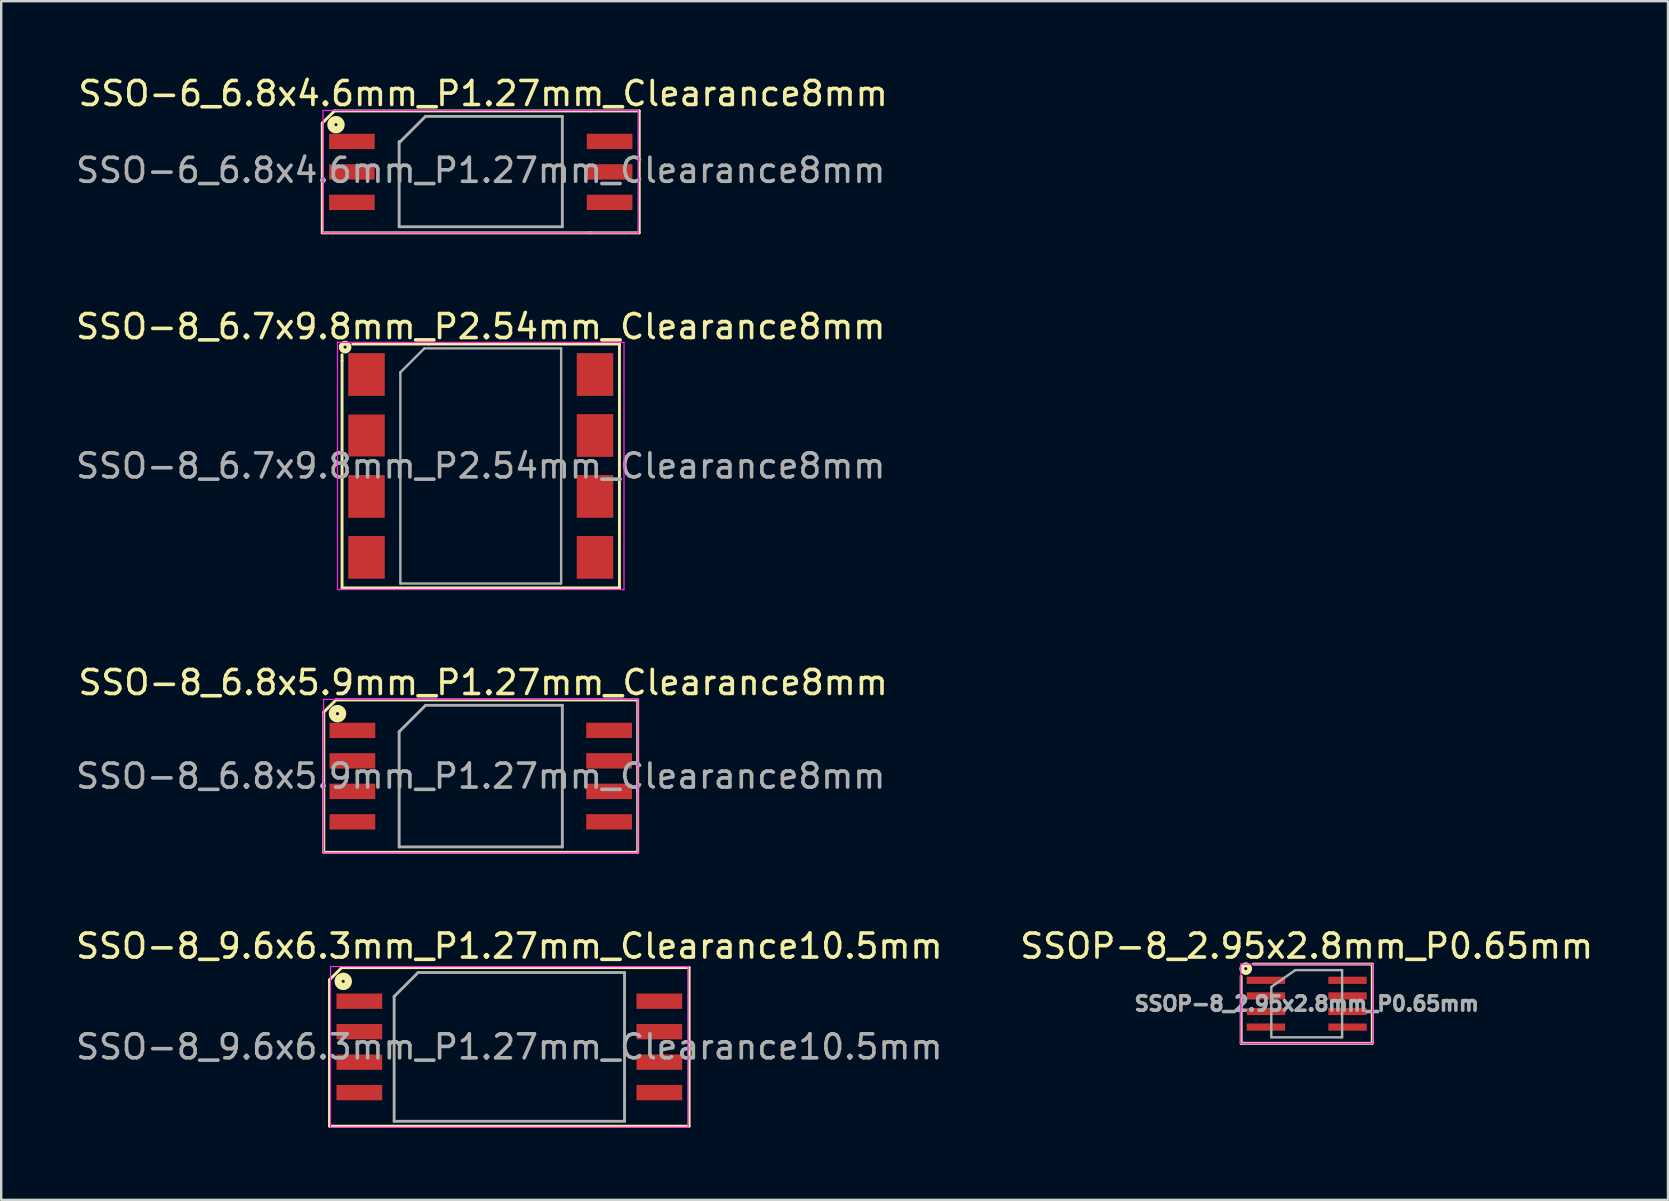
<source format=kicad_pcb>
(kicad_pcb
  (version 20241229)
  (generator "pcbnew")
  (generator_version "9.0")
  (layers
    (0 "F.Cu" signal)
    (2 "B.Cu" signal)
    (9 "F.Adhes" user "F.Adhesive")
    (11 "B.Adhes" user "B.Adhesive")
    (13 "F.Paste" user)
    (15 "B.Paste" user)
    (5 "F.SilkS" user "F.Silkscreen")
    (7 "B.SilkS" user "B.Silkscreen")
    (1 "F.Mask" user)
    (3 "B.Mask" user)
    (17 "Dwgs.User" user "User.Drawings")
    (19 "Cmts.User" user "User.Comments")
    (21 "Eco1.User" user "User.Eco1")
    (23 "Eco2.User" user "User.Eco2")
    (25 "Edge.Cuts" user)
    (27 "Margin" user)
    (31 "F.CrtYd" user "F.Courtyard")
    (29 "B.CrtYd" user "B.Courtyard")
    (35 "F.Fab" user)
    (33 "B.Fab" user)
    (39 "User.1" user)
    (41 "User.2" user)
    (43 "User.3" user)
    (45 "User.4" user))
  (footprint "SSO-8_6.8x5.9mm_P1.27mm_Clearance8mm"
    (layer "F.Cu")
    (at 16.982 29.29)
    (property "Reference" "SSO-8_6.8x5.9mm_P1.27mm_Clearance8mm" (at 0.1 -3.9 0) (layer "F.SilkS") (effects (font (size 1 1) (thickness 0.15))))
    (attr smd)
    (fp_line (start -6.54 -2.667) (end -6.54 3.175) (stroke (width 0.12) (type solid)) (layer "F.SilkS"))
    (fp_line (start -6.54 -2.667) (end -6.032 -3.175) (stroke (width 0.12) (type solid)) (layer "F.SilkS"))
    (fp_line (start -6.54 3.175) (end 6.54 3.175) (stroke (width 0.12) (type solid)) (layer "F.SilkS"))
    (fp_line (start 6.54 -3.175) (end -6.032 -3.175) (stroke (width 0.12) (type solid)) (layer "F.SilkS"))
    (fp_line (start 6.54 3.175) (end 6.54 -3.175) (stroke (width 0.12) (type solid)) (layer "F.SilkS"))
    (fp_circle (center -5.969 -2.603) (end -5.905 -2.603) (stroke (width 0.3) (type solid)) (fill no) (layer "F.SilkS"))
    (fp_line (start -6.55 -3.2) (end -6.55 3.2) (stroke (width 0.05) (type solid)) (layer "F.CrtYd"))
    (fp_line (start -6.55 -3.2) (end 6.55 -3.2) (stroke (width 0.05) (type solid)) (layer "F.CrtYd"))
    (fp_line (start 6.55 3.2) (end -6.55 3.2) (stroke (width 0.05) (type solid)) (layer "F.CrtYd"))
    (fp_line (start 6.55 3.2) (end 6.55 -3.2) (stroke (width 0.05) (type solid)) (layer "F.CrtYd"))
    (fp_line (start -3.4 -1.85) (end -3.4 2.95) (stroke (width 0.12) (type solid)) (layer "F.Fab"))
    (fp_line (start -3.4 2.95) (end 3.4 2.95) (stroke (width 0.12) (type solid)) (layer "F.Fab"))
    (fp_line (start -2.3 -2.95) (end -3.4 -1.85) (stroke (width 0.12) (type solid)) (layer "F.Fab"))
    (fp_line (start 3.4 -2.95) (end -2.3 -2.95) (stroke (width 0.12) (type solid)) (layer "F.Fab"))
    (fp_line (start 3.4 2.95) (end 3.4 -2.95) (stroke (width 0.12) (type solid)) (layer "F.Fab"))
    (fp_text user "${REFERENCE}" (at 0 0 0) (layer "F.Fab") (effects (font (size 1 1) (thickness 0.15))))
    (pad "1" smd rect (at -5.348 -1.905) (size 1.905 0.64) (layers "F.Cu" "F.Mask" "F.Paste"))
    (pad "2" smd rect (at -5.348 -0.635) (size 1.905 0.64) (layers "F.Cu" "F.Mask" "F.Paste"))
    (pad "3" smd rect (at -5.348 0.635) (size 1.905 0.64) (layers "F.Cu" "F.Mask" "F.Paste"))
    (pad "4" smd rect (at -5.348 1.905) (size 1.905 0.64) (layers "F.Cu" "F.Mask" "F.Paste"))
    (pad "5" smd rect (at 5.348 1.905) (size 1.905 0.64) (layers "F.Cu" "F.Mask" "F.Paste"))
    (pad "6" smd rect (at 5.348 0.635) (size 1.905 0.64) (layers "F.Cu" "F.Mask" "F.Paste"))
    (pad "7" smd rect (at 5.348 -0.635) (size 1.905 0.64) (layers "F.Cu" "F.Mask" "F.Paste"))
    (pad "8" smd rect (at 5.348 -1.905) (size 1.905 0.64) (layers "F.Cu" "F.Mask" "F.Paste")))
  (footprint "SSO-8_6.7x9.8mm_P2.54mm_Clearance8mm"
    (layer "F.Cu")
    (at 16.982 16.366)
    (property "Reference" "SSO-8_6.7x9.8mm_P2.54mm_Clearance8mm" (at 0 -5.805 0) (layer "F.SilkS") (effects (font (size 1 1) (thickness 0.15))))
    (attr smd)
    (fp_line (start -5.779 -4.381) (end -5.779 -4.636) (stroke (width 0.12) (type solid)) (layer "F.SilkS"))
    (fp_line (start -5.779 -4.381) (end -5.779 5.08) (stroke (width 0.12) (type solid)) (layer "F.SilkS"))
    (fp_line (start -5.779 5.08) (end 5.779 5.08) (stroke (width 0.12) (type solid)) (layer "F.SilkS"))
    (fp_line (start -2.159 -5.08) (end -5.334 -5.08) (stroke (width 0.12) (type solid)) (layer "F.SilkS"))
    (fp_line (start 5.779 -5.08) (end -2.159 -5.08) (stroke (width 0.12) (type solid)) (layer "F.SilkS"))
    (fp_line (start 5.779 -5.016) (end 5.779 -5.08) (stroke (width 0.12) (type solid)) (layer "F.SilkS"))
    (fp_line (start 5.779 5.08) (end 5.779 -5.016) (stroke (width 0.12) (type solid)) (layer "F.SilkS"))
    (fp_circle (center -5.652 -4.953) (end -5.588 -4.953) (stroke (width 0.2) (type solid)) (fill no) (layer "F.SilkS"))
    (fp_line (start -5.97 -5.15) (end -5.97 5.15) (stroke (width 0.05) (type solid)) (layer "F.CrtYd"))
    (fp_line (start -5.97 -5.15) (end 5.97 -5.15) (stroke (width 0.05) (type solid)) (layer "F.CrtYd"))
    (fp_line (start 5.97 5.15) (end -5.97 5.15) (stroke (width 0.05) (type solid)) (layer "F.CrtYd"))
    (fp_line (start 5.97 5.15) (end 5.97 -5.15) (stroke (width 0.05) (type solid)) (layer "F.CrtYd"))
    (fp_line (start -3.35 -3.9) (end -3.35 4.9) (stroke (width 0.1) (type solid)) (layer "F.Fab"))
    (fp_line (start -3.35 4.9) (end 3.35 4.9) (stroke (width 0.1) (type solid)) (layer "F.Fab"))
    (fp_line (start -2.35 -4.9) (end -3.35 -3.9) (stroke (width 0.1) (type solid)) (layer "F.Fab"))
    (fp_line (start 3.35 -4.9) (end -2.35 -4.9) (stroke (width 0.1) (type solid)) (layer "F.Fab"))
    (fp_line (start 3.35 4.9) (end 3.35 -4.9) (stroke (width 0.1) (type solid)) (layer "F.Fab"))
    (fp_text user "${REFERENCE}" (at 0 0 0) (layer "F.Fab") (effects (font (size 1 1) (thickness 0.15))))
    (pad "1" smd rect (at -4.76 -3.81) (size 1.52 1.78) (layers "F.Cu" "F.Mask" "F.Paste"))
    (pad "2" smd rect (at -4.76 -1.27) (size 1.52 1.75) (layers "F.Cu" "F.Mask" "F.Paste"))
    (pad "3" smd rect (at -4.76 1.27) (size 1.52 1.78) (layers "F.Cu" "F.Mask" "F.Paste"))
    (pad "4" smd rect (at -4.76 3.81) (size 1.52 1.78) (layers "F.Cu" "F.Mask" "F.Paste"))
    (pad "5" smd rect (at 4.76 3.81) (size 1.52 1.78) (layers "F.Cu" "F.Mask" "F.Paste"))
    (pad "6" smd rect (at 4.76 1.27) (size 1.52 1.78) (layers "F.Cu" "F.Mask" "F.Paste"))
    (pad "7" smd rect (at 4.76 -1.27) (size 1.52 1.78) (layers "F.Cu" "F.Mask" "F.Paste"))
    (pad "8" smd rect (at 4.76 -3.81) (size 1.52 1.78) (layers "F.Cu" "F.Mask" "F.Paste")))
  (footprint "SSO-6_6.8x4.6mm_P1.27mm_Clearance8mm"
    (layer "F.Cu")
    (at 16.982 4.113)
    (property "Reference" "SSO-6_6.8x4.6mm_P1.27mm_Clearance8mm" (at 0.1 -3.265 0) (layer "F.SilkS") (effects (font (size 1 1) (thickness 0.15))))
    (attr smd)
    (fp_line (start -6.604 -2.032) (end -6.604 2.54) (stroke (width 0.12) (type solid)) (layer "F.SilkS"))
    (fp_line (start -6.604 -2.032) (end -6.096 -2.54) (stroke (width 0.12) (type solid)) (layer "F.SilkS"))
    (fp_line (start -6.604 2.54) (end 4.572 2.54) (stroke (width 0.12) (type solid)) (layer "F.SilkS"))
    (fp_line (start 4.572 -2.54) (end -6.096 -2.54) (stroke (width 0.12) (type solid)) (layer "F.SilkS"))
    (fp_line (start 4.572 -2.54) (end 6.604 -2.54) (stroke (width 0.12) (type solid)) (layer "F.SilkS"))
    (fp_line (start 6.604 -2.54) (end 6.604 2.54) (stroke (width 0.12) (type solid)) (layer "F.SilkS"))
    (fp_line (start 6.604 2.54) (end 4.572 2.54) (stroke (width 0.12) (type solid)) (layer "F.SilkS"))
    (fp_circle (center -6.032 -1.968) (end -5.969 -1.968) (stroke (width 0.3) (type solid)) (fill no) (layer "F.SilkS"))
    (fp_line (start -6.57 -2.56) (end -6.57 2.54) (stroke (width 0.05) (type solid)) (layer "F.CrtYd"))
    (fp_line (start -6.57 -2.56) (end 6.57 -2.56) (stroke (width 0.05) (type solid)) (layer "F.CrtYd"))
    (fp_line (start 6.57 2.54) (end -6.57 2.54) (stroke (width 0.05) (type solid)) (layer "F.CrtYd"))
    (fp_line (start 6.57 2.54) (end 6.57 -2.56) (stroke (width 0.05) (type solid)) (layer "F.CrtYd"))
    (fp_line (start -3.4 2.285) (end -3.4 -1.265) (stroke (width 0.12) (type solid)) (layer "F.Fab"))
    (fp_line (start -2.3 -2.315) (end -3.4 -1.215) (stroke (width 0.12) (type solid)) (layer "F.Fab"))
    (fp_line (start 3.4 -2.315) (end -2.3 -2.315) (stroke (width 0.12) (type solid)) (layer "F.Fab"))
    (fp_line (start 3.4 -2.315) (end 3.4 2.285) (stroke (width 0.12) (type solid)) (layer "F.Fab"))
    (fp_line (start 3.4 2.285) (end -3.4 2.285) (stroke (width 0.12) (type solid)) (layer "F.Fab"))
    (fp_text user "${REFERENCE}" (at 0 -0.065 0) (layer "F.Fab") (effects (font (size 1 1) (thickness 0.15))))
    (pad "1" smd rect (at -5.37 -1.27) (size 1.9 0.64) (layers "F.Cu" "F.Mask" "F.Paste"))
    (pad "2" smd rect (at -5.37 0) (size 1.9 0.64) (layers "F.Cu" "F.Mask" "F.Paste"))
    (pad "3" smd rect (at -5.37 1.27) (size 1.9 0.64) (layers "F.Cu" "F.Mask" "F.Paste"))
    (pad "4" smd rect (at 5.37 1.27) (size 1.9 0.64) (layers "F.Cu" "F.Mask" "F.Paste"))
    (pad "5" smd rect (at 5.37 0) (size 1.9 0.64) (layers "F.Cu" "F.Mask" "F.Paste"))
    (pad "6" smd rect (at 5.37 -1.27) (size 1.9 0.64) (layers "F.Cu" "F.Mask" "F.Paste")))
  (footprint "SSO-8_9.6x6.3mm_P1.27mm_Clearance10.5mm"
    (layer "F.Cu")
    (at 18.173 40.573)
    (property "Reference" "SSO-8_9.6x6.3mm_P1.27mm_Clearance10.5mm" (at 0 -4.2 0) (layer "F.SilkS") (effects (font (size 1 1) (thickness 0.15))))
    (attr smd)
    (fp_line (start -7.493 -2.794) (end -7.493 3.302) (stroke (width 0.12) (type solid)) (layer "F.SilkS"))
    (fp_line (start -7.493 -2.794) (end -6.985 -3.302) (stroke (width 0.12) (type solid)) (layer "F.SilkS"))
    (fp_line (start -7.493 3.302) (end 7.493 3.302) (stroke (width 0.12) (type solid)) (layer "F.SilkS"))
    (fp_line (start 7.493 -3.302) (end -6.985 -3.302) (stroke (width 0.12) (type solid)) (layer "F.SilkS"))
    (fp_line (start 7.493 3.302) (end 7.493 -3.302) (stroke (width 0.12) (type solid)) (layer "F.SilkS"))
    (fp_circle (center -6.921 -2.731) (end -6.858 -2.731) (stroke (width 0.3) (type solid)) (fill no) (layer "F.SilkS"))
    (fp_line (start -7.45 -3.35) (end -7.45 3.35) (stroke (width 0.05) (type solid)) (layer "F.CrtYd"))
    (fp_line (start -7.45 -3.35) (end 7.45 -3.35) (stroke (width 0.05) (type solid)) (layer "F.CrtYd"))
    (fp_line (start 7.45 3.35) (end -7.45 3.35) (stroke (width 0.05) (type solid)) (layer "F.CrtYd"))
    (fp_line (start 7.45 3.35) (end 7.45 -3.35) (stroke (width 0.05) (type solid)) (layer "F.CrtYd"))
    (fp_line (start -4.8 -2.1) (end -4.8 3.1) (stroke (width 0.12) (type solid)) (layer "F.Fab"))
    (fp_line (start -4.8 3.1) (end 4.8 3.1) (stroke (width 0.12) (type solid)) (layer "F.Fab"))
    (fp_line (start -3.8 -3.1) (end -4.8 -2.1) (stroke (width 0.12) (type solid)) (layer "F.Fab"))
    (fp_line (start 4.8 -3.1) (end -3.8 -3.1) (stroke (width 0.12) (type solid)) (layer "F.Fab"))
    (fp_line (start 4.8 3.1) (end 4.8 -3.1) (stroke (width 0.12) (type solid)) (layer "F.Fab"))
    (fp_text user "${REFERENCE}" (at 0 0 0) (layer "F.Fab") (effects (font (size 1 1) (thickness 0.15))))
    (pad "1" smd rect (at -6.25 -1.905) (size 1.905 0.64) (layers "F.Cu" "F.Mask" "F.Paste"))
    (pad "2" smd rect (at -6.25 -0.635) (size 1.905 0.64) (layers "F.Cu" "F.Mask" "F.Paste"))
    (pad "3" smd rect (at -6.25 0.635) (size 1.905 0.64) (layers "F.Cu" "F.Mask" "F.Paste"))
    (pad "4" smd rect (at -6.25 1.905) (size 1.905 0.64) (layers "F.Cu" "F.Mask" "F.Paste"))
    (pad "5" smd rect (at 6.25 1.905) (size 1.905 0.64) (layers "F.Cu" "F.Mask" "F.Paste"))
    (pad "6" smd rect (at 6.25 0.635) (size 1.905 0.64) (layers "F.Cu" "F.Mask" "F.Paste"))
    (pad "7" smd rect (at 6.25 -0.635) (size 1.905 0.64) (layers "F.Cu" "F.Mask" "F.Paste"))
    (pad "8" smd rect (at 6.25 -1.905) (size 1.905 0.64) (layers "F.Cu" "F.Mask" "F.Paste")))
  (footprint "SSOP-8_2.95x2.8mm_P0.65mm"
    (layer "F.Cu")
    (at 51.399 38.773)
    (property "Reference" "SSOP-8_2.95x2.8mm_P0.65mm" (at 0 -2.4 0) (layer "F.SilkS") (effects (font (size 1 1) (thickness 0.15))))
    (attr smd)
    (fp_line (start -2.731 -1.143) (end -2.731 1.651) (stroke (width 0.12) (type solid)) (layer "F.SilkS"))
    (fp_line (start -2.731 1.651) (end 2.731 1.651) (stroke (width 0.12) (type solid)) (layer "F.SilkS"))
    (fp_line (start 2.731 -1.651) (end -2.223 -1.651) (stroke (width 0.12) (type solid)) (layer "F.SilkS"))
    (fp_line (start 2.731 1.651) (end 2.731 -1.651) (stroke (width 0.12) (type solid)) (layer "F.SilkS"))
    (fp_circle (center -2.54 -1.46) (end -2.477 -1.46) (stroke (width 0.2) (type solid)) (fill no) (layer "F.SilkS"))
    (fp_line (start -2.75 -1.65) (end 2.75 -1.65) (stroke (width 0.05) (type solid)) (layer "F.CrtYd"))
    (fp_line (start -2.75 1.65) (end -2.75 -1.65) (stroke (width 0.05) (type solid)) (layer "F.CrtYd"))
    (fp_line (start 2.75 -1.65) (end 2.75 1.65) (stroke (width 0.05) (type solid)) (layer "F.CrtYd"))
    (fp_line (start 2.75 1.65) (end -2.75 1.65) (stroke (width 0.05) (type solid)) (layer "F.CrtYd"))
    (fp_line (start -1.475 1.4) (end -1.475 -0.7) (stroke (width 0.1) (type solid)) (layer "F.Fab"))
    (fp_line (start -0.475 -1.4) (end -1.475 -0.7) (stroke (width 0.1) (type solid)) (layer "F.Fab"))
    (fp_line (start -0.475 -1.4) (end 1.475 -1.4) (stroke (width 0.1) (type solid)) (layer "F.Fab"))
    (fp_line (start 1.475 -1.4) (end 1.475 1.4) (stroke (width 0.1) (type solid)) (layer "F.Fab"))
    (fp_line (start 1.475 1.4) (end -1.475 1.4) (stroke (width 0.1) (type solid)) (layer "F.Fab"))
    (fp_text user "${REFERENCE}" (at 0 0 0) (layer "F.Fab") (effects (font (size 0.6 0.6) (thickness 0.15))))
    (pad "1" smd rect (at -1.7 -0.975 270) (size 0.3 1.6) (layers "F.Cu" "F.Mask" "F.Paste"))
    (pad "2" smd rect (at -1.7 -0.325 270) (size 0.3 1.6) (layers "F.Cu" "F.Mask" "F.Paste"))
    (pad "3" smd rect (at -1.7 0.325 270) (size 0.3 1.6) (layers "F.Cu" "F.Mask" "F.Paste"))
    (pad "4" smd rect (at -1.7 0.975 270) (size 0.3 1.6) (layers "F.Cu" "F.Mask" "F.Paste"))
    (pad "5" smd rect (at 1.7 0.975 270) (size 0.3 1.6) (layers "F.Cu" "F.Mask" "F.Paste"))
    (pad "6" smd rect (at 1.7 0.325 270) (size 0.3 1.6) (layers "F.Cu" "F.Mask" "F.Paste"))
    (pad "7" smd rect (at 1.7 -0.325 270) (size 0.3 1.6) (layers "F.Cu" "F.Mask" "F.Paste"))
    (pad "8" smd rect (at 1.7 -0.975 270) (size 0.3 1.6) (layers "F.Cu" "F.Mask" "F.Paste")))
  (gr_rect
    (start -3 -3)
    (end 66.452 46.948)
    (stroke (width 0.1) (type default))
    (fill no)
    (layer "Edge.Cuts")))
</source>
